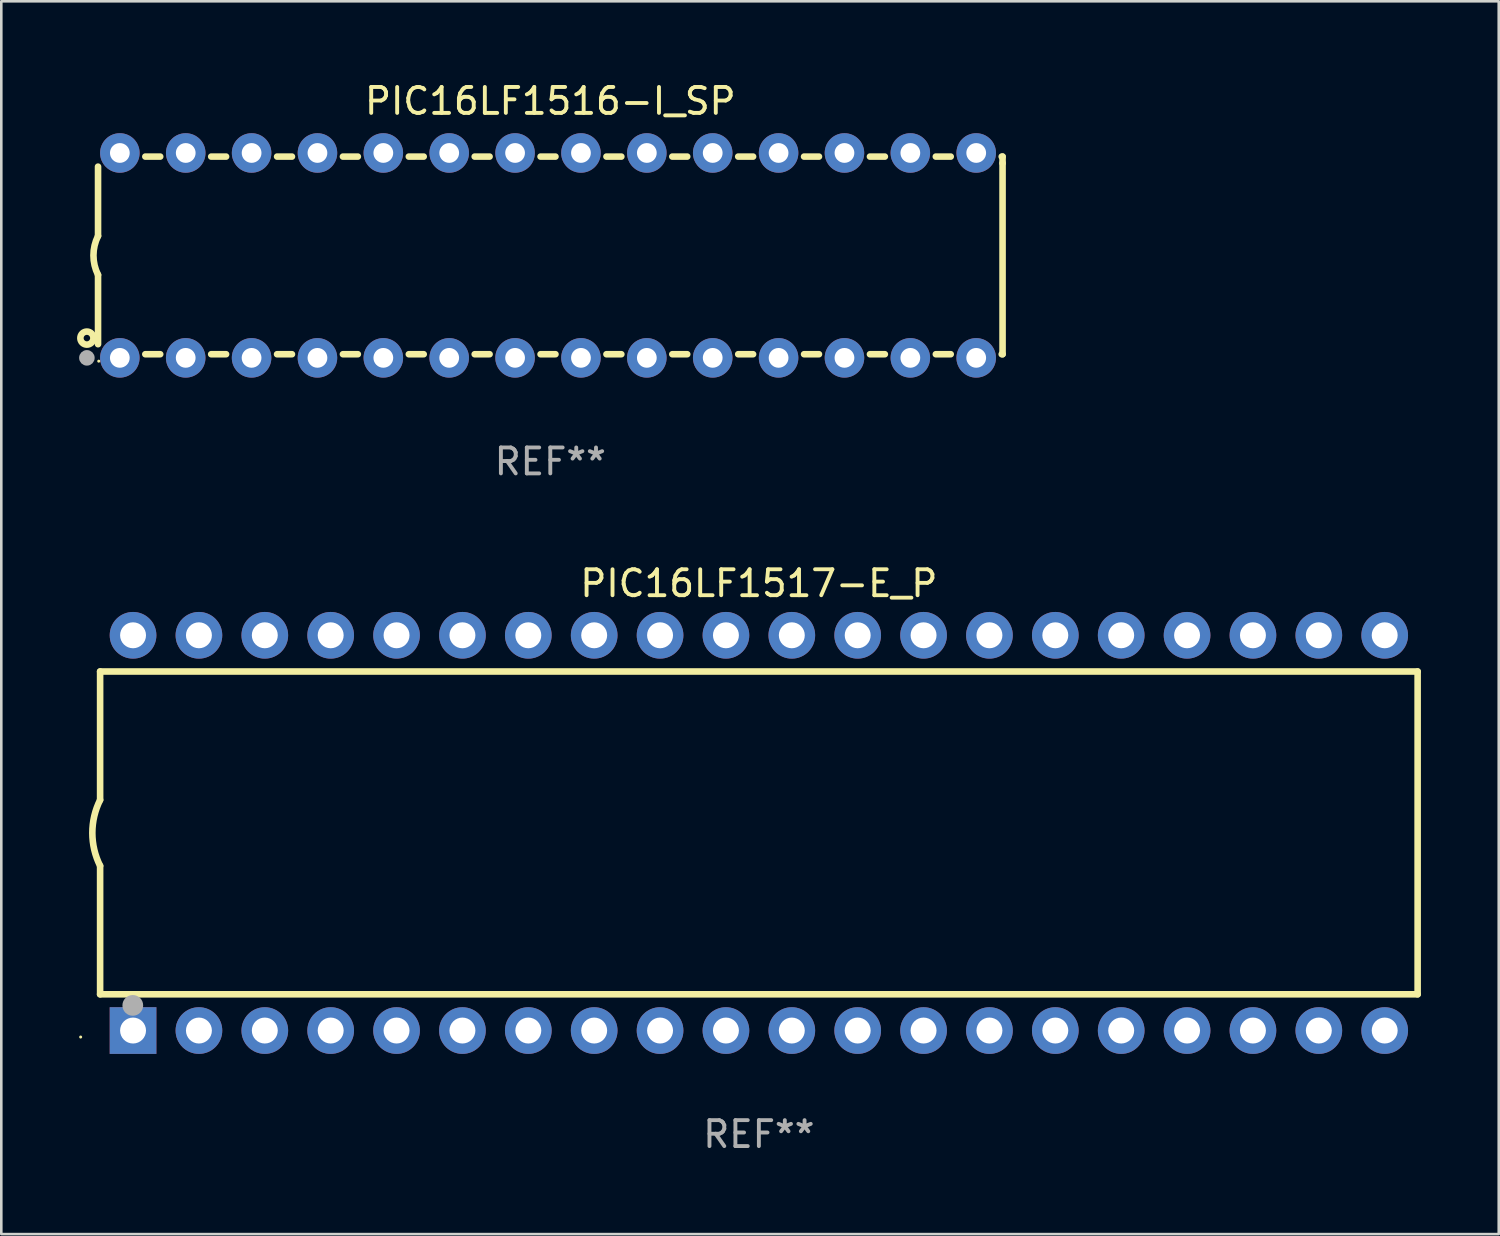
<source format=kicad_pcb>
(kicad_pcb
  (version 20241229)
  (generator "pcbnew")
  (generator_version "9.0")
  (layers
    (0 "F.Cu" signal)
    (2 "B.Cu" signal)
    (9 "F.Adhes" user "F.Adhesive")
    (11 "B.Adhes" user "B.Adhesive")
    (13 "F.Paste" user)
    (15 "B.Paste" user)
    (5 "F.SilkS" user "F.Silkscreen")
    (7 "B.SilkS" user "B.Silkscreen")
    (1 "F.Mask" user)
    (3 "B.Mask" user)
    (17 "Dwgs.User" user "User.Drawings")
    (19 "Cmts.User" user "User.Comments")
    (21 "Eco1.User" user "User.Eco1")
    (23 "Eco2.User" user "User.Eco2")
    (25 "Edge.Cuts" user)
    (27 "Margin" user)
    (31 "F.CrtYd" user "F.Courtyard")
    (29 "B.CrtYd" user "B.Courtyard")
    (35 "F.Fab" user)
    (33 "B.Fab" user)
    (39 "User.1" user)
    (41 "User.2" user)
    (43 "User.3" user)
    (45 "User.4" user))
  (footprint "PIC16LF1516-I_SP"
    (layer "F.Cu")
    (at 18.168 6.798)
    (property "Reference" "PIC16LF1516-I_SP" (at 0 -5.95 0) (layer "F.SilkS") (effects (font (size 1 1) (thickness 0.15))))
    (attr through_hole)
    (fp_line (start -17.438 0.75) (end -17.438 3.423) (stroke (width 0.254) (type solid)) (layer "F.SilkS"))
    (fp_line (start -17.438 -3.423) (end -17.438 -0.75) (stroke (width 0.254) (type solid)) (layer "F.SilkS"))
    (fp_line (start -15.615 3.81) (end -15.041 3.81) (stroke (width 0.254) (type solid)) (layer "F.SilkS"))
    (fp_line (start -15.041 -3.81) (end -15.614 -3.81) (stroke (width 0.254) (type solid)) (layer "F.SilkS"))
    (fp_line (start -13.075 3.81) (end -12.501 3.81) (stroke (width 0.254) (type solid)) (layer "F.SilkS"))
    (fp_line (start -12.501 -3.81) (end -13.074 -3.81) (stroke (width 0.254) (type solid)) (layer "F.SilkS"))
    (fp_line (start -10.535 3.81) (end -9.961 3.81) (stroke (width 0.254) (type solid)) (layer "F.SilkS"))
    (fp_line (start -9.961 -3.81) (end -10.534 -3.81) (stroke (width 0.254) (type solid)) (layer "F.SilkS"))
    (fp_line (start -7.995 3.81) (end -7.421 3.81) (stroke (width 0.254) (type solid)) (layer "F.SilkS"))
    (fp_line (start -7.421 -3.81) (end -7.995 -3.81) (stroke (width 0.254) (type solid)) (layer "F.SilkS"))
    (fp_line (start -5.455 3.81) (end -4.881 3.81) (stroke (width 0.254) (type solid)) (layer "F.SilkS"))
    (fp_line (start -4.881 -3.81) (end -5.455 -3.81) (stroke (width 0.254) (type solid)) (layer "F.SilkS"))
    (fp_line (start -2.915 3.81) (end -2.341 3.81) (stroke (width 0.254) (type solid)) (layer "F.SilkS"))
    (fp_line (start -2.341 -3.81) (end -2.915 -3.81) (stroke (width 0.254) (type solid)) (layer "F.SilkS"))
    (fp_line (start -0.375 3.81) (end 0.199 3.81) (stroke (width 0.254) (type solid)) (layer "F.SilkS"))
    (fp_line (start 0.199 -3.81) (end -0.375 -3.81) (stroke (width 0.254) (type solid)) (layer "F.SilkS"))
    (fp_line (start 2.165 3.81) (end 2.739 3.81) (stroke (width 0.254) (type solid)) (layer "F.SilkS"))
    (fp_line (start 2.739 -3.81) (end 2.165 -3.81) (stroke (width 0.254) (type solid)) (layer "F.SilkS"))
    (fp_line (start 4.705 3.81) (end 5.279 3.81) (stroke (width 0.254) (type solid)) (layer "F.SilkS"))
    (fp_line (start 5.279 -3.81) (end 4.705 -3.81) (stroke (width 0.254) (type solid)) (layer "F.SilkS"))
    (fp_line (start 7.245 3.81) (end 7.819 3.81) (stroke (width 0.254) (type solid)) (layer "F.SilkS"))
    (fp_line (start 7.819 -3.81) (end 7.245 -3.81) (stroke (width 0.254) (type solid)) (layer "F.SilkS"))
    (fp_line (start 9.785 3.81) (end 10.359 3.81) (stroke (width 0.254) (type solid)) (layer "F.SilkS"))
    (fp_line (start 10.359 -3.81) (end 9.785 -3.81) (stroke (width 0.254) (type solid)) (layer "F.SilkS"))
    (fp_line (start 12.325 3.81) (end 12.899 3.81) (stroke (width 0.254) (type solid)) (layer "F.SilkS"))
    (fp_line (start 12.899 -3.81) (end 12.325 -3.81) (stroke (width 0.254) (type solid)) (layer "F.SilkS"))
    (fp_line (start 14.865 3.81) (end 15.439 3.81) (stroke (width 0.254) (type solid)) (layer "F.SilkS"))
    (fp_line (start 15.439 -3.81) (end 14.865 -3.81) (stroke (width 0.254) (type solid)) (layer "F.SilkS"))
    (fp_line (start 17.405 3.81) (end 17.438 3.81) (stroke (width 0.254) (type solid)) (layer "F.SilkS"))
    (fp_line (start 17.438 -3.81) (end 17.405 -3.81) (stroke (width 0.254) (type solid)) (layer "F.SilkS"))
    (fp_line (start 17.438 -3.556) (end 17.438 -3.81) (stroke (width 0.254) (type solid)) (layer "F.SilkS"))
    (fp_line (start 17.438 3.81) (end 17.438 -3.556) (stroke (width 0.254) (type solid)) (layer "F.SilkS"))
    (fp_arc (start -17.437986 0.749657) (mid -17.614887 -0.000024) (end -17.437783 -0.749657) (stroke (width 0.254001) (type solid)) (layer "F.SilkS"))
    (fp_circle (center -17.868 3.188) (end -17.743 3.188) (stroke (width 0.254) (type solid)) (fill no) (layer "F.SilkS"))
    (fp_circle (center -17.411 4.077) (end -17.381 4.077) (stroke (width 0.06) (type solid)) (fill no) (layer "F.SilkS"))
    (fp_circle (center -17.868 3.95) (end -17.718 3.95) (stroke (width 0.3) (type solid)) (fill no) (layer "F.Fab"))
    (fp_text user "REF**" (at 0 7.95 0) (layer "F.Fab") (effects (font (size 1 1) (thickness 0.15))))
    (pad "1" thru_hole circle (at -16.598 3.95) (size 1.524 1.524) (drill 0.762) (layers "*.Cu" "*.Mask"))
    (pad "2" thru_hole circle (at -14.058 3.95) (size 1.524 1.524) (drill 0.762) (layers "*.Cu" "*.Mask"))
    (pad "3" thru_hole circle (at -11.518 3.95) (size 1.524 1.524) (drill 0.762) (layers "*.Cu" "*.Mask"))
    (pad "4" thru_hole circle (at -8.978 3.95) (size 1.524 1.524) (drill 0.762) (layers "*.Cu" "*.Mask"))
    (pad "5" thru_hole circle (at -6.438 3.95) (size 1.524 1.524) (drill 0.762) (layers "*.Cu" "*.Mask"))
    (pad "6" thru_hole circle (at -3.898 3.95) (size 1.524 1.524) (drill 0.762) (layers "*.Cu" "*.Mask"))
    (pad "7" thru_hole circle (at -1.358 3.95) (size 1.524 1.524) (drill 0.762) (layers "*.Cu" "*.Mask"))
    (pad "8" thru_hole circle (at 1.182 3.95) (size 1.524 1.524) (drill 0.762) (layers "*.Cu" "*.Mask"))
    (pad "9" thru_hole circle (at 3.722 3.95) (size 1.524 1.524) (drill 0.762) (layers "*.Cu" "*.Mask"))
    (pad "10" thru_hole circle (at 6.262 3.95) (size 1.524 1.524) (drill 0.762) (layers "*.Cu" "*.Mask"))
    (pad "11" thru_hole circle (at 8.802 3.95) (size 1.524 1.524) (drill 0.762) (layers "*.Cu" "*.Mask"))
    (pad "12" thru_hole circle (at 11.342 3.95) (size 1.524 1.524) (drill 0.762) (layers "*.Cu" "*.Mask"))
    (pad "13" thru_hole circle (at 13.882 3.95) (size 1.524 1.524) (drill 0.762) (layers "*.Cu" "*.Mask"))
    (pad "14" thru_hole circle (at 16.422 3.95) (size 1.524 1.524) (drill 0.762) (layers "*.Cu" "*.Mask"))
    (pad "15" thru_hole circle (at 16.422 -3.95) (size 1.524 1.524) (drill 0.762) (layers "*.Cu" "*.Mask"))
    (pad "16" thru_hole circle (at 13.882 -3.95) (size 1.524 1.524) (drill 0.762) (layers "*.Cu" "*.Mask"))
    (pad "17" thru_hole circle (at 11.342 -3.95) (size 1.524 1.524) (drill 0.762) (layers "*.Cu" "*.Mask"))
    (pad "18" thru_hole circle (at 8.802 -3.95) (size 1.524 1.524) (drill 0.762) (layers "*.Cu" "*.Mask"))
    (pad "19" thru_hole circle (at 6.262 -3.95) (size 1.524 1.524) (drill 0.762) (layers "*.Cu" "*.Mask"))
    (pad "20" thru_hole circle (at 3.722 -3.95) (size 1.524 1.524) (drill 0.762) (layers "*.Cu" "*.Mask"))
    (pad "21" thru_hole circle (at 1.182 -3.95) (size 1.524 1.524) (drill 0.762) (layers "*.Cu" "*.Mask"))
    (pad "22" thru_hole circle (at -1.358 -3.95) (size 1.524 1.524) (drill 0.762) (layers "*.Cu" "*.Mask"))
    (pad "23" thru_hole circle (at -3.898 -3.95) (size 1.524 1.524) (drill 0.762) (layers "*.Cu" "*.Mask"))
    (pad "24" thru_hole circle (at -6.438 -3.95) (size 1.524 1.524) (drill 0.762) (layers "*.Cu" "*.Mask"))
    (pad "25" thru_hole circle (at -8.978 -3.95) (size 1.524 1.524) (drill 0.762) (layers "*.Cu" "*.Mask"))
    (pad "26" thru_hole circle (at -11.517 -3.95) (size 1.524 1.524) (drill 0.762) (layers "*.Cu" "*.Mask"))
    (pad "27" thru_hole circle (at -14.057 -3.95) (size 1.524 1.524) (drill 0.762) (layers "*.Cu" "*.Mask"))
    (pad "28" thru_hole circle (at -16.597 -3.95) (size 1.524 1.524) (drill 0.762) (layers "*.Cu" "*.Mask")))
  (footprint "PIC16LF1517-E_P"
    (layer "F.Cu")
    (at 26.21 29.065)
    (property "Reference" "PIC16LF1517-E_P" (at 0 -9.62 0) (layer "F.SilkS") (effects (font (size 1 1) (thickness 0.15))))
    (attr through_hole)
    (fp_line (start -25.4 -6.224) (end -25.4 -1.271) (stroke (width 0.254) (type solid)) (layer "F.SilkS"))
    (fp_line (start -25.4 -6.224) (end 25.4 -6.224) (stroke (width 0.254) (type solid)) (layer "F.SilkS"))
    (fp_line (start -25.4 1.269) (end -25.4 6.222) (stroke (width 0.254) (type solid)) (layer "F.SilkS"))
    (fp_line (start -25.4 6.222) (end 25.4 6.222) (stroke (width 0.254) (type solid)) (layer "F.SilkS"))
    (fp_line (start 25.4 6.222) (end 25.4 -6.224) (stroke (width 0.254) (type solid)) (layer "F.SilkS"))
    (fp_arc (start -25.4 1.269241) (mid -25.699807 -0.000762) (end -25.4 -1.270765) (stroke (width 0.254001) (type solid)) (layer "F.SilkS"))
    (fp_circle (center -26.15 7.87) (end -26.12 7.87) (stroke (width 0.06) (type solid)) (fill no) (layer "F.SilkS"))
    (fp_circle (center -24.14 6.65) (end -23.94 6.65) (stroke (width 0.4) (type solid)) (fill no) (layer "F.Fab"))
    (fp_text user "REF**" (at 0 11.62 0) (layer "F.Fab") (effects (font (size 1 1) (thickness 0.15))))
    (pad "1" thru_hole rect (at -24.13 7.62 90) (size 1.8 1.8) (drill 1) (layers "*.Cu" "*.Mask"))
    (pad "2" thru_hole circle (at -21.59 7.62) (size 1.8 1.8) (drill 1) (layers "*.Cu" "*.Mask"))
    (pad "3" thru_hole circle (at -19.05 7.62) (size 1.8 1.8) (drill 1) (layers "*.Cu" "*.Mask"))
    (pad "4" thru_hole circle (at -16.51 7.62) (size 1.8 1.8) (drill 1) (layers "*.Cu" "*.Mask"))
    (pad "5" thru_hole circle (at -13.97 7.62) (size 1.8 1.8) (drill 1) (layers "*.Cu" "*.Mask"))
    (pad "6" thru_hole circle (at -11.43 7.62) (size 1.8 1.8) (drill 1) (layers "*.Cu" "*.Mask"))
    (pad "7" thru_hole circle (at -8.89 7.62) (size 1.8 1.8) (drill 1) (layers "*.Cu" "*.Mask"))
    (pad "8" thru_hole circle (at -6.35 7.62) (size 1.8 1.8) (drill 1) (layers "*.Cu" "*.Mask"))
    (pad "9" thru_hole circle (at -3.81 7.62) (size 1.8 1.8) (drill 1) (layers "*.Cu" "*.Mask"))
    (pad "10" thru_hole circle (at -1.27 7.62) (size 1.8 1.8) (drill 1) (layers "*.Cu" "*.Mask"))
    (pad "11" thru_hole circle (at 1.27 7.62) (size 1.8 1.8) (drill 1) (layers "*.Cu" "*.Mask"))
    (pad "12" thru_hole circle (at 3.81 7.62) (size 1.8 1.8) (drill 1) (layers "*.Cu" "*.Mask"))
    (pad "13" thru_hole circle (at 6.35 7.62) (size 1.8 1.8) (drill 1) (layers "*.Cu" "*.Mask"))
    (pad "14" thru_hole circle (at 8.89 7.62) (size 1.8 1.8) (drill 1) (layers "*.Cu" "*.Mask"))
    (pad "15" thru_hole circle (at 11.43 7.62) (size 1.8 1.8) (drill 1) (layers "*.Cu" "*.Mask"))
    (pad "16" thru_hole circle (at 13.97 7.62) (size 1.8 1.8) (drill 1) (layers "*.Cu" "*.Mask"))
    (pad "17" thru_hole circle (at 16.51 7.62) (size 1.8 1.8) (drill 1) (layers "*.Cu" "*.Mask"))
    (pad "18" thru_hole circle (at 19.05 7.62) (size 1.8 1.8) (drill 1) (layers "*.Cu" "*.Mask"))
    (pad "19" thru_hole circle (at 21.59 7.62) (size 1.8 1.8) (drill 1) (layers "*.Cu" "*.Mask"))
    (pad "20" thru_hole circle (at 24.13 7.62) (size 1.8 1.8) (drill 1) (layers "*.Cu" "*.Mask"))
    (pad "21" thru_hole circle (at 24.13 -7.62) (size 1.8 1.8) (drill 1) (layers "*.Cu" "*.Mask"))
    (pad "22" thru_hole circle (at 21.59 -7.62) (size 1.8 1.8) (drill 1) (layers "*.Cu" "*.Mask"))
    (pad "23" thru_hole circle (at 19.05 -7.62) (size 1.8 1.8) (drill 1) (layers "*.Cu" "*.Mask"))
    (pad "24" thru_hole circle (at 16.51 -7.62) (size 1.8 1.8) (drill 1) (layers "*.Cu" "*.Mask"))
    (pad "25" thru_hole circle (at 13.97 -7.62) (size 1.8 1.8) (drill 1) (layers "*.Cu" "*.Mask"))
    (pad "26" thru_hole circle (at 11.43 -7.62) (size 1.8 1.8) (drill 1) (layers "*.Cu" "*.Mask"))
    (pad "27" thru_hole circle (at 8.89 -7.62) (size 1.8 1.8) (drill 1) (layers "*.Cu" "*.Mask"))
    (pad "28" thru_hole circle (at 6.35 -7.62) (size 1.8 1.8) (drill 1) (layers "*.Cu" "*.Mask"))
    (pad "29" thru_hole circle (at 3.81 -7.62) (size 1.8 1.8) (drill 1) (layers "*.Cu" "*.Mask"))
    (pad "30" thru_hole circle (at 1.27 -7.62) (size 1.8 1.8) (drill 1) (layers "*.Cu" "*.Mask"))
    (pad "31" thru_hole circle (at -1.27 -7.62) (size 1.8 1.8) (drill 1) (layers "*.Cu" "*.Mask"))
    (pad "32" thru_hole circle (at -3.81 -7.62) (size 1.8 1.8) (drill 1) (layers "*.Cu" "*.Mask"))
    (pad "33" thru_hole circle (at -6.35 -7.62) (size 1.8 1.8) (drill 1) (layers "*.Cu" "*.Mask"))
    (pad "34" thru_hole circle (at -8.89 -7.62) (size 1.8 1.8) (drill 1) (layers "*.Cu" "*.Mask"))
    (pad "35" thru_hole circle (at -11.43 -7.62) (size 1.8 1.8) (drill 1) (layers "*.Cu" "*.Mask"))
    (pad "36" thru_hole circle (at -13.97 -7.62) (size 1.8 1.8) (drill 1) (layers "*.Cu" "*.Mask"))
    (pad "37" thru_hole circle (at -16.51 -7.62) (size 1.8 1.8) (drill 1) (layers "*.Cu" "*.Mask"))
    (pad "38" thru_hole circle (at -19.05 -7.62) (size 1.8 1.8) (drill 1) (layers "*.Cu" "*.Mask"))
    (pad "39" thru_hole circle (at -21.59 -7.62) (size 1.8 1.8) (drill 1) (layers "*.Cu" "*.Mask"))
    (pad "40" thru_hole circle (at -24.13 -7.62) (size 1.8 1.8) (drill 1) (layers "*.Cu" "*.Mask")))
  (gr_rect
    (start -3 -3)
    (end 54.737 44.533)
    (stroke (width 0.1) (type default))
    (fill no)
    (layer "Edge.Cuts")))
</source>
